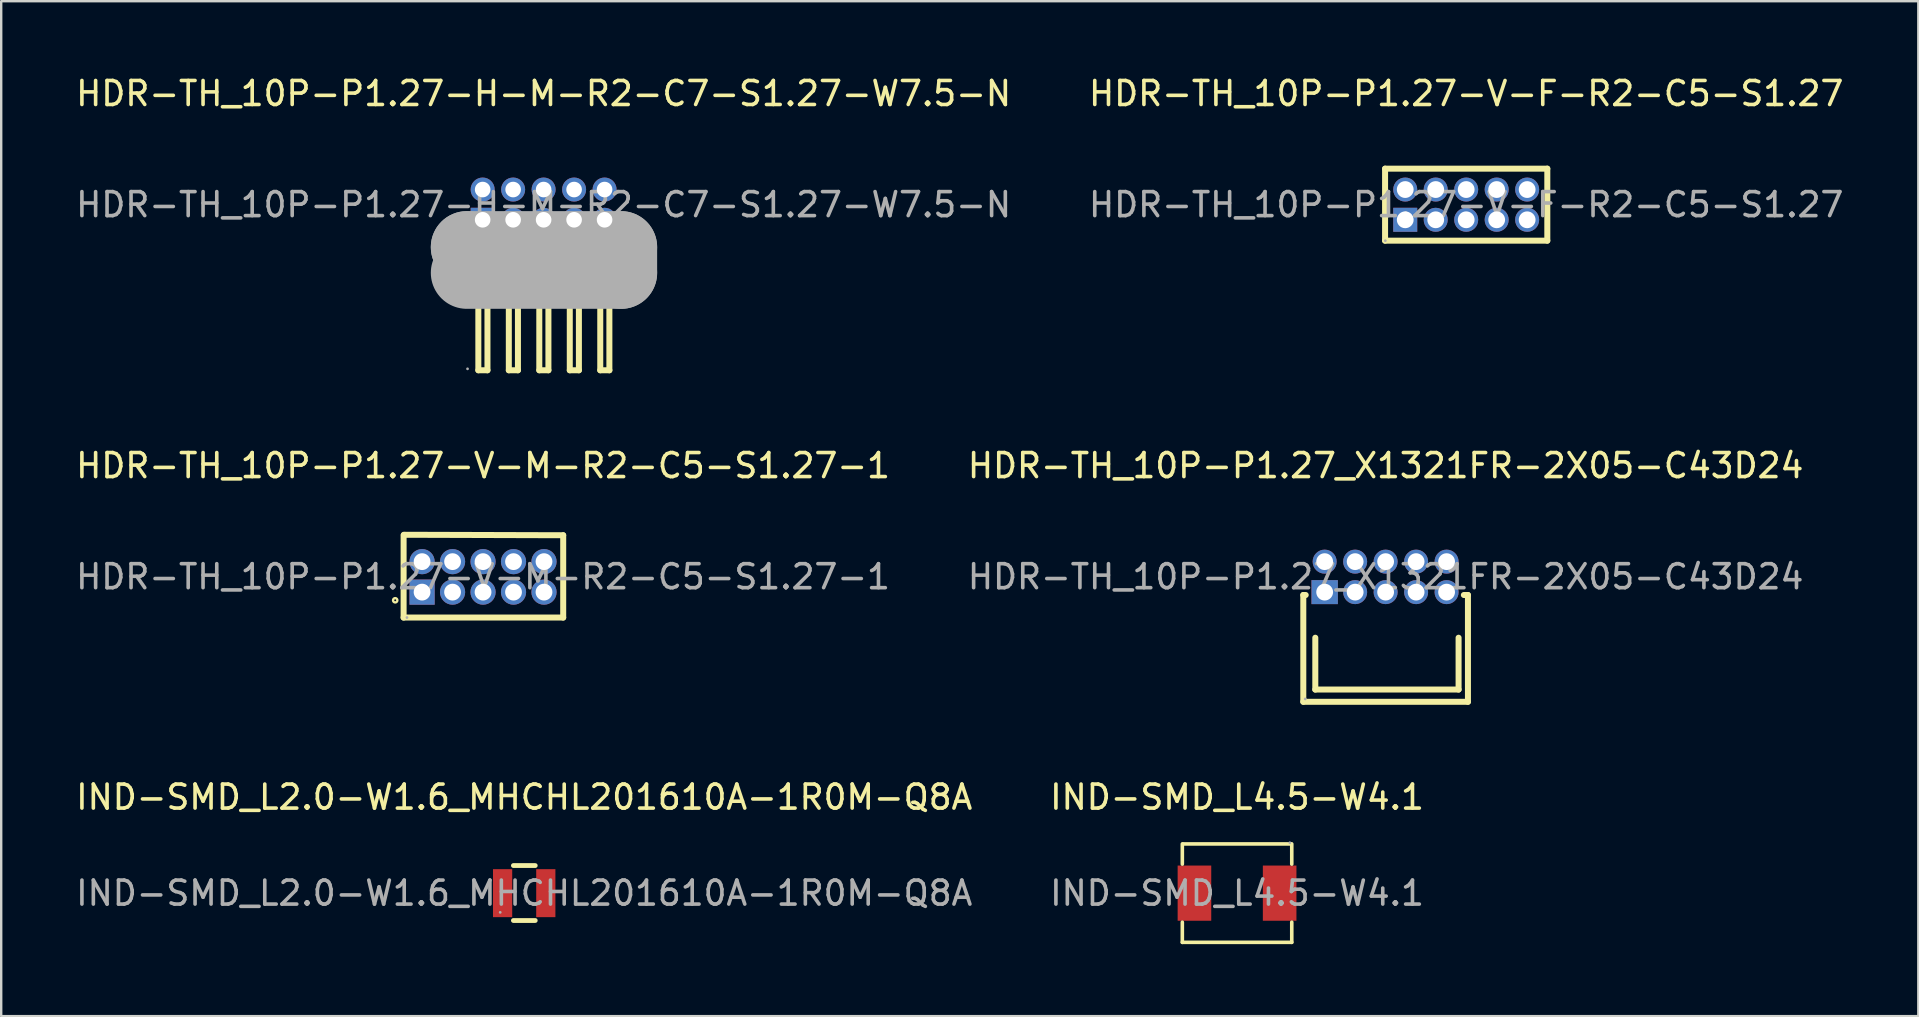
<source format=kicad_pcb>
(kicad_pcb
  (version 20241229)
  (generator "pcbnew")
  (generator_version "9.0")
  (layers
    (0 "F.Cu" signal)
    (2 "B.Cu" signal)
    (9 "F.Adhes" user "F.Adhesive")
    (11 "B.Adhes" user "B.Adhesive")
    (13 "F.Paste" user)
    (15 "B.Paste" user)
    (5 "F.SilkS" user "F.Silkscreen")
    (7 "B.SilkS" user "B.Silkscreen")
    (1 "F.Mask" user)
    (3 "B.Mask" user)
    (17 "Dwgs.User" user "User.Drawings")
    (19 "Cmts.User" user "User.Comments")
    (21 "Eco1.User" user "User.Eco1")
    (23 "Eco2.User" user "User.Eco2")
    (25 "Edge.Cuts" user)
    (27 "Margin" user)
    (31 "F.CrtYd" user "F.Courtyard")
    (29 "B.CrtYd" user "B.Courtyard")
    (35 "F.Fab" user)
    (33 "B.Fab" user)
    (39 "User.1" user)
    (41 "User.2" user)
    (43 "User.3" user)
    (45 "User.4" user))
  (footprint "HDR-TH_10P-P1.27-V-M-R2-C5-S1.27-1"
    (layer "F.Cu")
    (at 17.077 20.982)
    (property "Reference" "HDR-TH_10P-P1.27-V-M-R2-C5-S1.27-1" (at 0 -4.63 0) (layer "F.SilkS") (effects (font (size 1 1) (thickness 0.15))))
    (attr through_hole)
    (fp_line (start -3.31 1.7) (end -3.31 -1.73) (stroke (width 0.25) (type solid)) (layer "F.SilkS"))
    (fp_line (start -3.3 -1.75) (end 3.34 -1.73) (stroke (width 0.25) (type solid)) (layer "F.SilkS"))
    (fp_line (start 3.34 -1.73) (end 3.34 1.7) (stroke (width 0.25) (type solid)) (layer "F.SilkS"))
    (fp_line (start 3.34 1.7) (end -3.31 1.7) (stroke (width 0.25) (type solid)) (layer "F.SilkS"))
    (fp_circle (center -3.66 0.98) (end -3.57 0.98) (stroke (width 0.1) (type solid)) (fill no) (layer "F.SilkS"))
    (fp_circle (center -3.17 1.7) (end -3.14 1.7) (stroke (width 0.06) (type solid)) (fill no) (layer "F.Fab"))
    (fp_text user "${REFERENCE}" (at 0 0 0) (layer "F.Fab") (effects (font (size 1 1) (thickness 0.15))))
    (pad "1" thru_hole rect (at -2.54 0.64) (size 1.05 1.05) (drill 0.7) (layers "*.Cu" "*.Mask"))
    (pad "2" thru_hole circle (at -2.54 -0.63) (size 1.05 1.05) (drill 0.7) (layers "*.Cu" "*.Mask"))
    (pad "3" thru_hole circle (at -1.27 0.64) (size 1.05 1.05) (drill 0.7) (layers "*.Cu" "*.Mask"))
    (pad "4" thru_hole circle (at -1.27 -0.63) (size 1.05 1.05) (drill 0.7) (layers "*.Cu" "*.Mask"))
    (pad "5" thru_hole circle (at 0 0.64) (size 1.05 1.05) (drill 0.7) (layers "*.Cu" "*.Mask"))
    (pad "6" thru_hole circle (at 0 -0.63) (size 1.05 1.05) (drill 0.7) (layers "*.Cu" "*.Mask"))
    (pad "7" thru_hole circle (at 1.27 0.64) (size 1.05 1.05) (drill 0.7) (layers "*.Cu" "*.Mask"))
    (pad "8" thru_hole circle (at 1.27 -0.63) (size 1.05 1.05) (drill 0.7) (layers "*.Cu" "*.Mask"))
    (pad "9" thru_hole circle (at 2.54 0.64) (size 1.05 1.05) (drill 0.7) (layers "*.Cu" "*.Mask"))
    (pad "10" thru_hole circle (at 2.54 -0.63) (size 1.05 1.05) (drill 0.7) (layers "*.Cu" "*.Mask")))
  (footprint "IND-SMD_L2.0-W1.6_MHCHL201610A-1R0M-Q8A"
    (layer "F.Cu")
    (at 18.792 34.165)
    (property "Reference" "IND-SMD_L2.0-W1.6_MHCHL201610A-1R0M-Q8A" (at 0 -4 0) (layer "F.SilkS") (effects (font (size 1 1) (thickness 0.15))))
    (attr smd)
    (fp_line (start -0.45 -1.15) (end 0.46 -1.15) (stroke (width 0.2) (type solid)) (layer "F.SilkS"))
    (fp_line (start -0.45 1.14) (end 0.46 1.14) (stroke (width 0.2) (type solid)) (layer "F.SilkS"))
    (fp_circle (center -1 0.8) (end -0.97 0.8) (stroke (width 0.06) (type solid)) (fill no) (layer "F.Fab"))
    (fp_text user "${REFERENCE}" (at 0 0 0) (layer "F.Fab") (effects (font (size 1 1) (thickness 0.15))))
    (pad "1" smd rect (at -0.9 0) (size 0.8 2) (layers "F.Cu" "F.Mask" "F.Paste"))
    (pad "2" smd rect (at 0.9 0) (size 0.8 2) (layers "F.Cu" "F.Mask" "F.Paste")))
  (footprint "HDR-TH_10P-P1.27-V-F-R2-C5-S1.27"
    (layer "F.Cu")
    (at 58.042 5.478)
    (property "Reference" "HDR-TH_10P-P1.27-V-F-R2-C5-S1.27" (at 0 -4.63 0) (layer "F.SilkS") (effects (font (size 1 1) (thickness 0.15))))
    (attr through_hole)
    (fp_line (start -3.38 -1.5) (end -3.38 1.5) (stroke (width 0.25) (type solid)) (layer "F.SilkS"))
    (fp_line (start -3.38 -1.5) (end 3.38 -1.5) (stroke (width 0.25) (type solid)) (layer "F.SilkS"))
    (fp_line (start -3.38 1.5) (end 3.38 1.5) (stroke (width 0.25) (type solid)) (layer "F.SilkS"))
    (fp_line (start 3.38 -1.5) (end 3.38 1.5) (stroke (width 0.25) (type solid)) (layer "F.SilkS"))
    (fp_circle (center -3.37 1.5) (end -3.34 1.5) (stroke (width 0.06) (type solid)) (fill no) (layer "F.Fab"))
    (fp_text user "${REFERENCE}" (at 0 0 0) (layer "F.Fab") (effects (font (size 1 1) (thickness 0.15))))
    (pad "1" thru_hole rect (at -2.54 0.63) (size 1 1) (drill 0.7) (layers "*.Cu" "*.Mask"))
    (pad "2" thru_hole circle (at -2.54 -0.63) (size 1 1) (drill 0.7) (layers "*.Cu" "*.Mask"))
    (pad "3" thru_hole circle (at -1.27 0.63) (size 1 1) (drill 0.7) (layers "*.Cu" "*.Mask"))
    (pad "4" thru_hole circle (at -1.27 -0.63) (size 1 1) (drill 0.7) (layers "*.Cu" "*.Mask"))
    (pad "5" thru_hole circle (at 0 0.63) (size 1 1) (drill 0.7) (layers "*.Cu" "*.Mask"))
    (pad "6" thru_hole circle (at 0 -0.63) (size 1 1) (drill 0.7) (layers "*.Cu" "*.Mask"))
    (pad "7" thru_hole circle (at 1.27 0.63) (size 1 1) (drill 0.7) (layers "*.Cu" "*.Mask"))
    (pad "8" thru_hole circle (at 1.27 -0.63) (size 1 1) (drill 0.7) (layers "*.Cu" "*.Mask"))
    (pad "9" thru_hole circle (at 2.54 0.63) (size 1 1) (drill 0.7) (layers "*.Cu" "*.Mask"))
    (pad "10" thru_hole circle (at 2.54 -0.63) (size 1 1) (drill 0.7) (layers "*.Cu" "*.Mask")))
  (footprint "HDR-TH_10P-P1.27_X1321FR-2X05-C43D24"
    (layer "F.Cu")
    (at 54.685 20.982)
    (property "Reference" "HDR-TH_10P-P1.27_X1321FR-2X05-C43D24" (at 0 -4.63 0) (layer "F.SilkS") (effects (font (size 1 1) (thickness 0.15))))
    (attr through_hole)
    (fp_line (start -3.43 0.76) (end -3.33 0.76) (stroke (width 0.25) (type solid)) (layer "F.SilkS"))
    (fp_line (start -3.43 5.21) (end -3.43 0.76) (stroke (width 0.25) (type solid)) (layer "F.SilkS"))
    (fp_line (start -2.93 2.54) (end -2.93 4.7) (stroke (width 0.25) (type solid)) (layer "F.SilkS"))
    (fp_line (start -2.93 4.7) (end 3.04 4.7) (stroke (width 0.25) (type solid)) (layer "F.SilkS"))
    (fp_line (start 3.04 4.7) (end 3.04 2.54) (stroke (width 0.25) (type solid)) (layer "F.SilkS"))
    (fp_line (start 3.26 0.76) (end 3.43 0.76) (stroke (width 0.25) (type solid)) (layer "F.SilkS"))
    (fp_line (start 3.43 0.76) (end 3.43 5.21) (stroke (width 0.25) (type solid)) (layer "F.SilkS"))
    (fp_line (start 3.43 5.21) (end -3.43 5.21) (stroke (width 0.25) (type solid)) (layer "F.SilkS"))
    (fp_circle (center -3.35 5.09) (end -3.32 5.09) (stroke (width 0.06) (type solid)) (fill no) (layer "F.Fab"))
    (fp_text user "${REFERENCE}" (at 0 0 0) (layer "F.Fab") (effects (font (size 1 1) (thickness 0.15))))
    (pad "1" thru_hole rect (at -2.54 0.64) (size 1.1 1) (drill 0.7) (layers "*.Cu" "*.Mask"))
    (pad "2" thru_hole circle (at -2.54 -0.63) (size 1 1) (drill 0.7) (layers "*.Cu" "*.Mask"))
    (pad "3" thru_hole circle (at -1.27 0.64) (size 1 1) (drill 0.7) (layers "*.Cu" "*.Mask"))
    (pad "4" thru_hole circle (at -1.27 -0.63) (size 1 1) (drill 0.7) (layers "*.Cu" "*.Mask"))
    (pad "5" thru_hole circle (at 0 0.64) (size 1 1) (drill 0.7) (layers "*.Cu" "*.Mask"))
    (pad "6" thru_hole circle (at 0 -0.63) (size 1 1) (drill 0.7) (layers "*.Cu" "*.Mask"))
    (pad "7" thru_hole circle (at 1.27 0.64) (size 1 1) (drill 0.7) (layers "*.Cu" "*.Mask"))
    (pad "8" thru_hole circle (at 1.27 -0.63) (size 1 1) (drill 0.7) (layers "*.Cu" "*.Mask"))
    (pad "9" thru_hole circle (at 2.54 0.64) (size 1 1) (drill 0.7) (layers "*.Cu" "*.Mask"))
    (pad "10" thru_hole circle (at 2.54 -0.63) (size 1 1) (drill 0.7) (layers "*.Cu" "*.Mask")))
  (footprint "HDR-TH_10P-P1.27-H-M-R2-C7-S1.27-W7.5-N"
    (layer "F.Cu")
    (at 19.601 5.478)
    (property "Reference" "HDR-TH_10P-P1.27-H-M-R2-C7-S1.27-W7.5-N" (at 0 -4.63 0) (layer "F.SilkS") (effects (font (size 1 1) (thickness 0.15))))
    (attr through_hole)
    (fp_line (start -2.72 2.89) (end -2.72 6.9) (stroke (width 0.25) (type solid)) (layer "F.SilkS"))
    (fp_line (start -2.72 6.9) (end -2.34 6.9) (stroke (width 0.25) (type solid)) (layer "F.SilkS"))
    (fp_line (start -2.34 6.9) (end -2.34 2.87) (stroke (width 0.25) (type solid)) (layer "F.SilkS"))
    (fp_line (start -1.45 2.89) (end -1.45 6.9) (stroke (width 0.25) (type solid)) (layer "F.SilkS"))
    (fp_line (start -1.45 6.9) (end -1.07 6.9) (stroke (width 0.25) (type solid)) (layer "F.SilkS"))
    (fp_line (start -1.07 6.9) (end -1.07 2.87) (stroke (width 0.25) (type solid)) (layer "F.SilkS"))
    (fp_line (start -0.18 2.89) (end -0.18 6.9) (stroke (width 0.25) (type solid)) (layer "F.SilkS"))
    (fp_line (start -0.18 6.9) (end 0.2 6.9) (stroke (width 0.25) (type solid)) (layer "F.SilkS"))
    (fp_line (start 0.2 6.9) (end 0.2 2.87) (stroke (width 0.25) (type solid)) (layer "F.SilkS"))
    (fp_line (start 1.09 2.89) (end 1.09 6.9) (stroke (width 0.25) (type solid)) (layer "F.SilkS"))
    (fp_line (start 1.09 6.9) (end 1.47 6.9) (stroke (width 0.25) (type solid)) (layer "F.SilkS"))
    (fp_line (start 1.47 6.9) (end 1.47 2.87) (stroke (width 0.25) (type solid)) (layer "F.SilkS"))
    (fp_line (start 2.36 2.89) (end 2.36 6.9) (stroke (width 0.25) (type solid)) (layer "F.SilkS"))
    (fp_line (start 2.36 6.9) (end 2.74 6.9) (stroke (width 0.25) (type solid)) (layer "F.SilkS"))
    (fp_line (start 2.74 6.9) (end 2.74 2.87) (stroke (width 0.25) (type solid)) (layer "F.SilkS"))
    (fp_line (start -3.2 1.77) (end -3.2 1.77) (stroke (width 3) (type solid)) (layer "F.Fab"))
    (fp_line (start -3.2 1.77) (end 3.23 1.77) (stroke (width 3) (type solid)) (layer "F.Fab"))
    (fp_line (start 3.23 1.77) (end 3.23 2.84) (stroke (width 3) (type solid)) (layer "F.Fab"))
    (fp_line (start 3.23 2.84) (end -3.2 2.84) (stroke (width 3) (type solid)) (layer "F.Fab"))
    (fp_circle (center -3.17 6.84) (end -3.14 6.84) (stroke (width 0.06) (type solid)) (fill no) (layer "F.Fab"))
    (fp_text user "${REFERENCE}" (at 0 0 0) (layer "F.Fab") (effects (font (size 1 1) (thickness 0.15))))
    (pad "1" thru_hole rect (at -2.54 0.63) (size 1 1) (drill 0.65) (layers "*.Cu" "*.Mask"))
    (pad "2" thru_hole circle (at -2.54 -0.63) (size 1 1) (drill 0.65) (layers "*.Cu" "*.Mask"))
    (pad "3" thru_hole circle (at -1.27 0.63) (size 1 1) (drill 0.65) (layers "*.Cu" "*.Mask"))
    (pad "4" thru_hole circle (at -1.27 -0.63) (size 1 1) (drill 0.65) (layers "*.Cu" "*.Mask"))
    (pad "5" thru_hole circle (at 0 0.63) (size 1 1) (drill 0.65) (layers "*.Cu" "*.Mask"))
    (pad "6" thru_hole circle (at 0 -0.63) (size 1 1) (drill 0.65) (layers "*.Cu" "*.Mask"))
    (pad "7" thru_hole circle (at 1.27 0.63) (size 1 1) (drill 0.65) (layers "*.Cu" "*.Mask"))
    (pad "8" thru_hole circle (at 1.27 -0.63) (size 1 1) (drill 0.65) (layers "*.Cu" "*.Mask"))
    (pad "9" thru_hole circle (at 2.54 0.63) (size 1 1) (drill 0.65) (layers "*.Cu" "*.Mask"))
    (pad "10" thru_hole circle (at 2.54 -0.63) (size 1 1) (drill 0.65) (layers "*.Cu" "*.Mask")))
  (footprint "IND-SMD_L4.5-W4.1"
    (layer "F.Cu")
    (at 48.494 34.165)
    (property "Reference" "IND-SMD_L4.5-W4.1" (at 0 -4 0) (layer "F.SilkS") (effects (font (size 1 1) (thickness 0.15))))
    (attr smd)
    (fp_line (start -2.28 -1.21) (end -2.28 -2.05) (stroke (width 0.15) (type solid)) (layer "F.SilkS"))
    (fp_line (start -2.28 1.21) (end -2.28 2.05) (stroke (width 0.15) (type solid)) (layer "F.SilkS"))
    (fp_line (start -2.28 2.05) (end 2.28 2.05) (stroke (width 0.15) (type solid)) (layer "F.SilkS"))
    (fp_line (start -2.25 -2.05) (end 2.25 -2.05) (stroke (width 0.15) (type solid)) (layer "F.SilkS"))
    (fp_line (start 2.28 -2.05) (end 2.28 -1.21) (stroke (width 0.15) (type solid)) (layer "F.SilkS"))
    (fp_line (start 2.28 2.05) (end 2.28 1.21) (stroke (width 0.15) (type solid)) (layer "F.SilkS"))
    (fp_circle (center 2.2 -2.1) (end 2.23 -2.1) (stroke (width 0.06) (type solid)) (fill no) (layer "F.Fab"))
    (fp_text user "${REFERENCE}" (at 0 0 0) (layer "F.Fab") (effects (font (size 1 1) (thickness 0.15))))
    (pad "1" smd rect (at 1.775 0) (size 1.4 2.3) (layers "F.Cu" "F.Mask" "F.Paste"))
    (pad "2" smd rect (at -1.775 0) (size 1.4 2.3) (layers "F.Cu" "F.Mask" "F.Paste")))
  (gr_rect
    (start -3 -3)
    (end 76.881 39.29)
    (stroke (width 0.1) (type default))
    (fill no)
    (layer "Edge.Cuts")))
</source>
